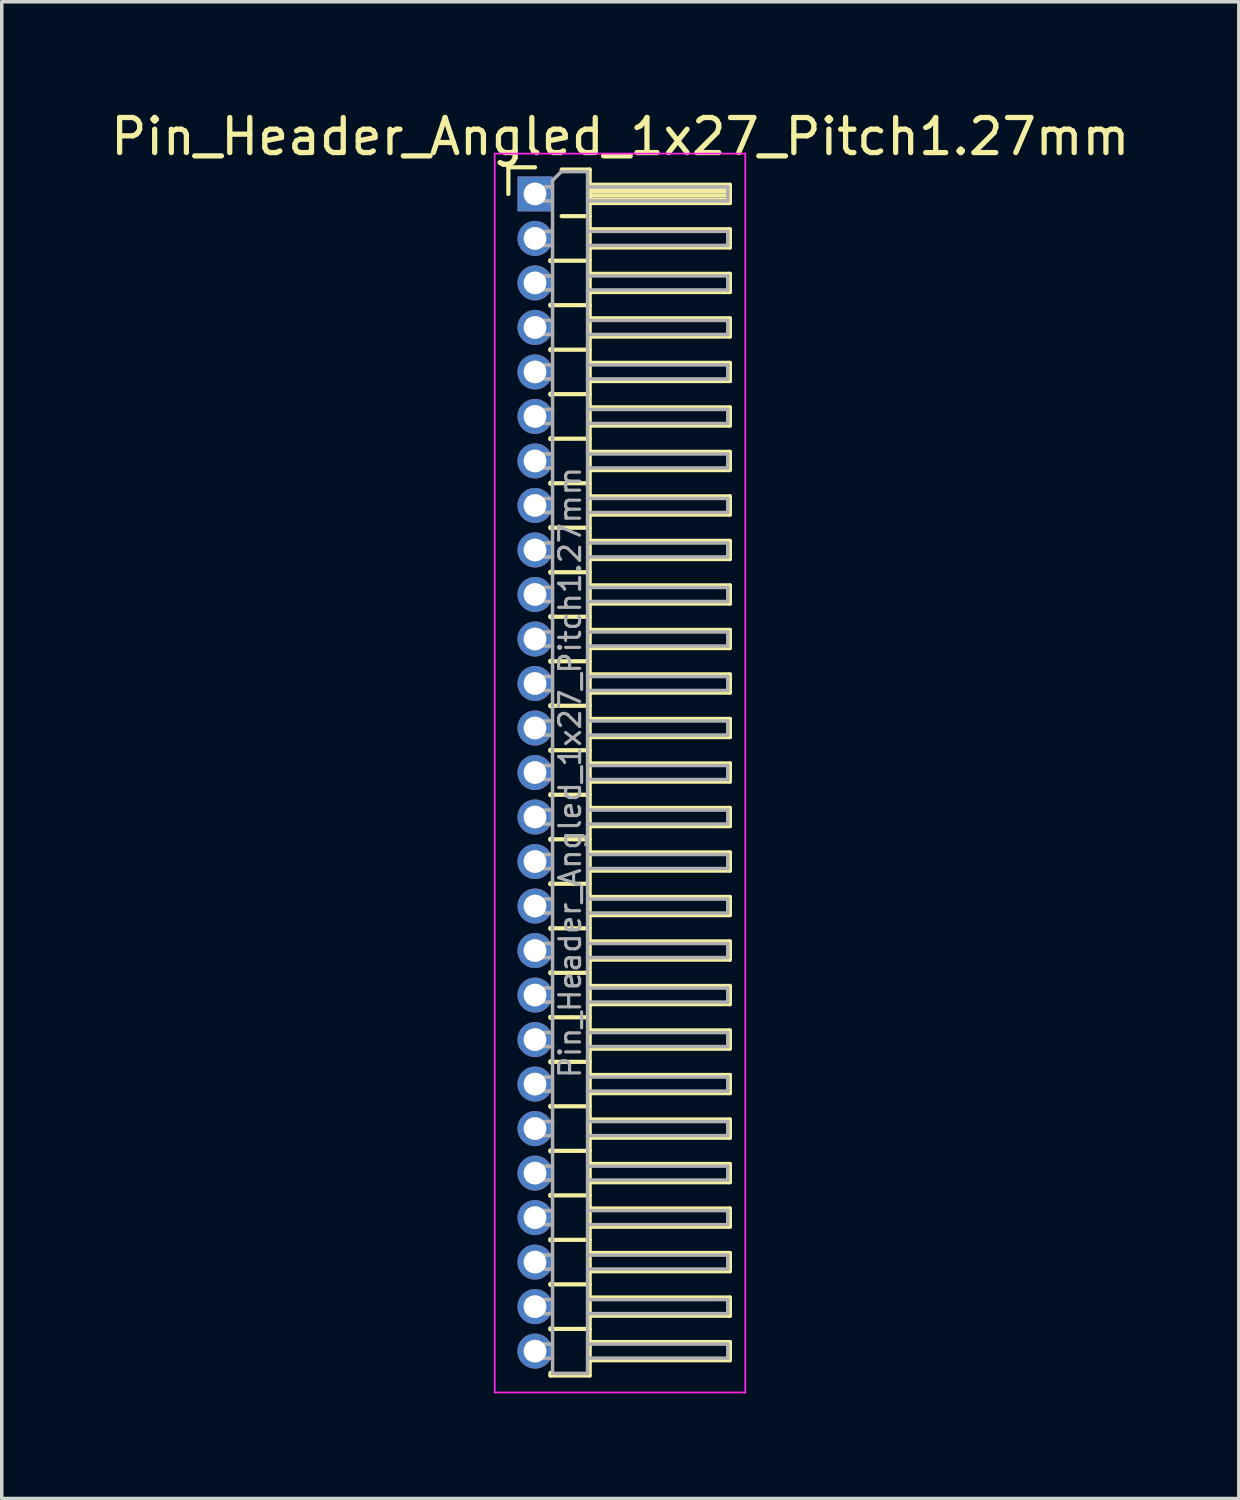
<source format=kicad_pcb>
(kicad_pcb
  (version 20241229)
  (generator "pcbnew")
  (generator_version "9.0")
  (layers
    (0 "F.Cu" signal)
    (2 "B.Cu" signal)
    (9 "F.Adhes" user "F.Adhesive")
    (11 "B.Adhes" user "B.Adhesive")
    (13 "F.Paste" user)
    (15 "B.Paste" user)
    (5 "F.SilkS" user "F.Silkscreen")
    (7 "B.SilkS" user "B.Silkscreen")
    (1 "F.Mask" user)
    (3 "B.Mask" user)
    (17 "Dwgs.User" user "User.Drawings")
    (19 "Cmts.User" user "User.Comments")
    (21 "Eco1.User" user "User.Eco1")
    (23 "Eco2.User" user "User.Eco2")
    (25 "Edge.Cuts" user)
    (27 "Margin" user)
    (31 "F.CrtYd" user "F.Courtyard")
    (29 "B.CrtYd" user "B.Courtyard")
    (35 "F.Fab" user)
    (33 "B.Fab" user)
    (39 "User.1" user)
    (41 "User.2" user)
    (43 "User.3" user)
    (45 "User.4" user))
  (footprint "Pin_Header_Angled_1x27_Pitch1.27mm"
    (layer "F.Cu")
    (at 12.216 2.483)
    (property "Reference" "Pin_Header_Angled_1x27_Pitch1.27mm" (at 2.433 -1.635 0) (layer "F.SilkS") (effects (font (size 1 1) (thickness 0.15))))
    (attr through_hole)
    (fp_line (start -0.76 -0.76) (end 0 -0.76) (stroke (width 0.12) (type solid)) (layer "F.SilkS"))
    (fp_line (start -0.76 0) (end -0.76 -0.76) (stroke (width 0.12) (type solid)) (layer "F.SilkS"))
    (fp_line (start 0.44 1.89) (end 0.44 1.92) (stroke (width 0.12) (type solid)) (layer "F.SilkS"))
    (fp_line (start 0.44 1.905) (end 1.56 1.905) (stroke (width 0.12) (type solid)) (layer "F.SilkS"))
    (fp_line (start 0.44 3.16) (end 0.44 3.19) (stroke (width 0.12) (type solid)) (layer "F.SilkS"))
    (fp_line (start 0.44 3.175) (end 1.56 3.175) (stroke (width 0.12) (type solid)) (layer "F.SilkS"))
    (fp_line (start 0.44 4.43) (end 0.44 4.46) (stroke (width 0.12) (type solid)) (layer "F.SilkS"))
    (fp_line (start 0.44 4.445) (end 1.56 4.445) (stroke (width 0.12) (type solid)) (layer "F.SilkS"))
    (fp_line (start 0.44 5.7) (end 0.44 5.73) (stroke (width 0.12) (type solid)) (layer "F.SilkS"))
    (fp_line (start 0.44 5.715) (end 1.56 5.715) (stroke (width 0.12) (type solid)) (layer "F.SilkS"))
    (fp_line (start 0.44 6.97) (end 0.44 7) (stroke (width 0.12) (type solid)) (layer "F.SilkS"))
    (fp_line (start 0.44 6.985) (end 1.56 6.985) (stroke (width 0.12) (type solid)) (layer "F.SilkS"))
    (fp_line (start 0.44 8.24) (end 0.44 8.27) (stroke (width 0.12) (type solid)) (layer "F.SilkS"))
    (fp_line (start 0.44 8.255) (end 1.56 8.255) (stroke (width 0.12) (type solid)) (layer "F.SilkS"))
    (fp_line (start 0.44 9.51) (end 0.44 9.54) (stroke (width 0.12) (type solid)) (layer "F.SilkS"))
    (fp_line (start 0.44 9.525) (end 1.56 9.525) (stroke (width 0.12) (type solid)) (layer "F.SilkS"))
    (fp_line (start 0.44 10.78) (end 0.44 10.81) (stroke (width 0.12) (type solid)) (layer "F.SilkS"))
    (fp_line (start 0.44 10.795) (end 1.56 10.795) (stroke (width 0.12) (type solid)) (layer "F.SilkS"))
    (fp_line (start 0.44 12.05) (end 0.44 12.08) (stroke (width 0.12) (type solid)) (layer "F.SilkS"))
    (fp_line (start 0.44 12.065) (end 1.56 12.065) (stroke (width 0.12) (type solid)) (layer "F.SilkS"))
    (fp_line (start 0.44 13.32) (end 0.44 13.35) (stroke (width 0.12) (type solid)) (layer "F.SilkS"))
    (fp_line (start 0.44 13.335) (end 1.56 13.335) (stroke (width 0.12) (type solid)) (layer "F.SilkS"))
    (fp_line (start 0.44 14.59) (end 0.44 14.62) (stroke (width 0.12) (type solid)) (layer "F.SilkS"))
    (fp_line (start 0.44 14.605) (end 1.56 14.605) (stroke (width 0.12) (type solid)) (layer "F.SilkS"))
    (fp_line (start 0.44 15.86) (end 0.44 15.89) (stroke (width 0.12) (type solid)) (layer "F.SilkS"))
    (fp_line (start 0.44 15.875) (end 1.56 15.875) (stroke (width 0.12) (type solid)) (layer "F.SilkS"))
    (fp_line (start 0.44 17.13) (end 0.44 17.16) (stroke (width 0.12) (type solid)) (layer "F.SilkS"))
    (fp_line (start 0.44 17.145) (end 1.56 17.145) (stroke (width 0.12) (type solid)) (layer "F.SilkS"))
    (fp_line (start 0.44 18.4) (end 0.44 18.43) (stroke (width 0.12) (type solid)) (layer "F.SilkS"))
    (fp_line (start 0.44 18.415) (end 1.56 18.415) (stroke (width 0.12) (type solid)) (layer "F.SilkS"))
    (fp_line (start 0.44 19.67) (end 0.44 19.7) (stroke (width 0.12) (type solid)) (layer "F.SilkS"))
    (fp_line (start 0.44 19.685) (end 1.56 19.685) (stroke (width 0.12) (type solid)) (layer "F.SilkS"))
    (fp_line (start 0.44 20.94) (end 0.44 20.97) (stroke (width 0.12) (type solid)) (layer "F.SilkS"))
    (fp_line (start 0.44 20.955) (end 1.56 20.955) (stroke (width 0.12) (type solid)) (layer "F.SilkS"))
    (fp_line (start 0.44 22.21) (end 0.44 22.24) (stroke (width 0.12) (type solid)) (layer "F.SilkS"))
    (fp_line (start 0.44 22.225) (end 1.56 22.225) (stroke (width 0.12) (type solid)) (layer "F.SilkS"))
    (fp_line (start 0.44 23.48) (end 0.44 23.51) (stroke (width 0.12) (type solid)) (layer "F.SilkS"))
    (fp_line (start 0.44 23.495) (end 1.56 23.495) (stroke (width 0.12) (type solid)) (layer "F.SilkS"))
    (fp_line (start 0.44 24.75) (end 0.44 24.78) (stroke (width 0.12) (type solid)) (layer "F.SilkS"))
    (fp_line (start 0.44 24.765) (end 1.56 24.765) (stroke (width 0.12) (type solid)) (layer "F.SilkS"))
    (fp_line (start 0.44 26.02) (end 0.44 26.05) (stroke (width 0.12) (type solid)) (layer "F.SilkS"))
    (fp_line (start 0.44 26.035) (end 1.56 26.035) (stroke (width 0.12) (type solid)) (layer "F.SilkS"))
    (fp_line (start 0.44 27.29) (end 0.44 27.32) (stroke (width 0.12) (type solid)) (layer "F.SilkS"))
    (fp_line (start 0.44 27.305) (end 1.56 27.305) (stroke (width 0.12) (type solid)) (layer "F.SilkS"))
    (fp_line (start 0.44 28.56) (end 0.44 28.59) (stroke (width 0.12) (type solid)) (layer "F.SilkS"))
    (fp_line (start 0.44 28.575) (end 1.56 28.575) (stroke (width 0.12) (type solid)) (layer "F.SilkS"))
    (fp_line (start 0.44 29.83) (end 0.44 29.86) (stroke (width 0.12) (type solid)) (layer "F.SilkS"))
    (fp_line (start 0.44 29.845) (end 1.56 29.845) (stroke (width 0.12) (type solid)) (layer "F.SilkS"))
    (fp_line (start 0.44 31.1) (end 0.44 31.13) (stroke (width 0.12) (type solid)) (layer "F.SilkS"))
    (fp_line (start 0.44 31.115) (end 1.56 31.115) (stroke (width 0.12) (type solid)) (layer "F.SilkS"))
    (fp_line (start 0.44 32.37) (end 0.44 32.4) (stroke (width 0.12) (type solid)) (layer "F.SilkS"))
    (fp_line (start 0.44 32.385) (end 1.56 32.385) (stroke (width 0.12) (type solid)) (layer "F.SilkS"))
    (fp_line (start 0.44 33.715) (end 0.44 33.64) (stroke (width 0.12) (type solid)) (layer "F.SilkS"))
    (fp_line (start 0.76 -0.695) (end 1.56 -0.695) (stroke (width 0.12) (type solid)) (layer "F.SilkS"))
    (fp_line (start 0.76 0.635) (end 1.56 0.635) (stroke (width 0.12) (type solid)) (layer "F.SilkS"))
    (fp_line (start 1.56 -0.695) (end 1.56 33.715) (stroke (width 0.12) (type solid)) (layer "F.SilkS"))
    (fp_line (start 1.56 -0.26) (end 5.56 -0.26) (stroke (width 0.12) (type solid)) (layer "F.SilkS"))
    (fp_line (start 1.56 -0.2) (end 5.56 -0.2) (stroke (width 0.12) (type solid)) (layer "F.SilkS"))
    (fp_line (start 1.56 -0.08) (end 5.56 -0.08) (stroke (width 0.12) (type solid)) (layer "F.SilkS"))
    (fp_line (start 1.56 0.04) (end 5.56 0.04) (stroke (width 0.12) (type solid)) (layer "F.SilkS"))
    (fp_line (start 1.56 0.16) (end 5.56 0.16) (stroke (width 0.12) (type solid)) (layer "F.SilkS"))
    (fp_line (start 1.56 1.01) (end 5.56 1.01) (stroke (width 0.12) (type solid)) (layer "F.SilkS"))
    (fp_line (start 1.56 2.28) (end 5.56 2.28) (stroke (width 0.12) (type solid)) (layer "F.SilkS"))
    (fp_line (start 1.56 3.55) (end 5.56 3.55) (stroke (width 0.12) (type solid)) (layer "F.SilkS"))
    (fp_line (start 1.56 4.82) (end 5.56 4.82) (stroke (width 0.12) (type solid)) (layer "F.SilkS"))
    (fp_line (start 1.56 6.09) (end 5.56 6.09) (stroke (width 0.12) (type solid)) (layer "F.SilkS"))
    (fp_line (start 1.56 7.36) (end 5.56 7.36) (stroke (width 0.12) (type solid)) (layer "F.SilkS"))
    (fp_line (start 1.56 8.63) (end 5.56 8.63) (stroke (width 0.12) (type solid)) (layer "F.SilkS"))
    (fp_line (start 1.56 9.9) (end 5.56 9.9) (stroke (width 0.12) (type solid)) (layer "F.SilkS"))
    (fp_line (start 1.56 11.17) (end 5.56 11.17) (stroke (width 0.12) (type solid)) (layer "F.SilkS"))
    (fp_line (start 1.56 12.44) (end 5.56 12.44) (stroke (width 0.12) (type solid)) (layer "F.SilkS"))
    (fp_line (start 1.56 13.71) (end 5.56 13.71) (stroke (width 0.12) (type solid)) (layer "F.SilkS"))
    (fp_line (start 1.56 14.98) (end 5.56 14.98) (stroke (width 0.12) (type solid)) (layer "F.SilkS"))
    (fp_line (start 1.56 16.25) (end 5.56 16.25) (stroke (width 0.12) (type solid)) (layer "F.SilkS"))
    (fp_line (start 1.56 17.52) (end 5.56 17.52) (stroke (width 0.12) (type solid)) (layer "F.SilkS"))
    (fp_line (start 1.56 18.79) (end 5.56 18.79) (stroke (width 0.12) (type solid)) (layer "F.SilkS"))
    (fp_line (start 1.56 20.06) (end 5.56 20.06) (stroke (width 0.12) (type solid)) (layer "F.SilkS"))
    (fp_line (start 1.56 21.33) (end 5.56 21.33) (stroke (width 0.12) (type solid)) (layer "F.SilkS"))
    (fp_line (start 1.56 22.6) (end 5.56 22.6) (stroke (width 0.12) (type solid)) (layer "F.SilkS"))
    (fp_line (start 1.56 23.87) (end 5.56 23.87) (stroke (width 0.12) (type solid)) (layer "F.SilkS"))
    (fp_line (start 1.56 25.14) (end 5.56 25.14) (stroke (width 0.12) (type solid)) (layer "F.SilkS"))
    (fp_line (start 1.56 26.41) (end 5.56 26.41) (stroke (width 0.12) (type solid)) (layer "F.SilkS"))
    (fp_line (start 1.56 27.68) (end 5.56 27.68) (stroke (width 0.12) (type solid)) (layer "F.SilkS"))
    (fp_line (start 1.56 28.95) (end 5.56 28.95) (stroke (width 0.12) (type solid)) (layer "F.SilkS"))
    (fp_line (start 1.56 30.22) (end 5.56 30.22) (stroke (width 0.12) (type solid)) (layer "F.SilkS"))
    (fp_line (start 1.56 31.49) (end 5.56 31.49) (stroke (width 0.12) (type solid)) (layer "F.SilkS"))
    (fp_line (start 1.56 32.76) (end 5.56 32.76) (stroke (width 0.12) (type solid)) (layer "F.SilkS"))
    (fp_line (start 1.56 33.715) (end 0.44 33.715) (stroke (width 0.12) (type solid)) (layer "F.SilkS"))
    (fp_line (start 5.56 -0.26) (end 5.56 0.26) (stroke (width 0.12) (type solid)) (layer "F.SilkS"))
    (fp_line (start 5.56 0.26) (end 1.56 0.26) (stroke (width 0.12) (type solid)) (layer "F.SilkS"))
    (fp_line (start 5.56 1.01) (end 5.56 1.53) (stroke (width 0.12) (type solid)) (layer "F.SilkS"))
    (fp_line (start 5.56 1.53) (end 1.56 1.53) (stroke (width 0.12) (type solid)) (layer "F.SilkS"))
    (fp_line (start 5.56 2.28) (end 5.56 2.8) (stroke (width 0.12) (type solid)) (layer "F.SilkS"))
    (fp_line (start 5.56 2.8) (end 1.56 2.8) (stroke (width 0.12) (type solid)) (layer "F.SilkS"))
    (fp_line (start 5.56 3.55) (end 5.56 4.07) (stroke (width 0.12) (type solid)) (layer "F.SilkS"))
    (fp_line (start 5.56 4.07) (end 1.56 4.07) (stroke (width 0.12) (type solid)) (layer "F.SilkS"))
    (fp_line (start 5.56 4.82) (end 5.56 5.34) (stroke (width 0.12) (type solid)) (layer "F.SilkS"))
    (fp_line (start 5.56 5.34) (end 1.56 5.34) (stroke (width 0.12) (type solid)) (layer "F.SilkS"))
    (fp_line (start 5.56 6.09) (end 5.56 6.61) (stroke (width 0.12) (type solid)) (layer "F.SilkS"))
    (fp_line (start 5.56 6.61) (end 1.56 6.61) (stroke (width 0.12) (type solid)) (layer "F.SilkS"))
    (fp_line (start 5.56 7.36) (end 5.56 7.88) (stroke (width 0.12) (type solid)) (layer "F.SilkS"))
    (fp_line (start 5.56 7.88) (end 1.56 7.88) (stroke (width 0.12) (type solid)) (layer "F.SilkS"))
    (fp_line (start 5.56 8.63) (end 5.56 9.15) (stroke (width 0.12) (type solid)) (layer "F.SilkS"))
    (fp_line (start 5.56 9.15) (end 1.56 9.15) (stroke (width 0.12) (type solid)) (layer "F.SilkS"))
    (fp_line (start 5.56 9.9) (end 5.56 10.42) (stroke (width 0.12) (type solid)) (layer "F.SilkS"))
    (fp_line (start 5.56 10.42) (end 1.56 10.42) (stroke (width 0.12) (type solid)) (layer "F.SilkS"))
    (fp_line (start 5.56 11.17) (end 5.56 11.69) (stroke (width 0.12) (type solid)) (layer "F.SilkS"))
    (fp_line (start 5.56 11.69) (end 1.56 11.69) (stroke (width 0.12) (type solid)) (layer "F.SilkS"))
    (fp_line (start 5.56 12.44) (end 5.56 12.96) (stroke (width 0.12) (type solid)) (layer "F.SilkS"))
    (fp_line (start 5.56 12.96) (end 1.56 12.96) (stroke (width 0.12) (type solid)) (layer "F.SilkS"))
    (fp_line (start 5.56 13.71) (end 5.56 14.23) (stroke (width 0.12) (type solid)) (layer "F.SilkS"))
    (fp_line (start 5.56 14.23) (end 1.56 14.23) (stroke (width 0.12) (type solid)) (layer "F.SilkS"))
    (fp_line (start 5.56 14.98) (end 5.56 15.5) (stroke (width 0.12) (type solid)) (layer "F.SilkS"))
    (fp_line (start 5.56 15.5) (end 1.56 15.5) (stroke (width 0.12) (type solid)) (layer "F.SilkS"))
    (fp_line (start 5.56 16.25) (end 5.56 16.77) (stroke (width 0.12) (type solid)) (layer "F.SilkS"))
    (fp_line (start 5.56 16.77) (end 1.56 16.77) (stroke (width 0.12) (type solid)) (layer "F.SilkS"))
    (fp_line (start 5.56 17.52) (end 5.56 18.04) (stroke (width 0.12) (type solid)) (layer "F.SilkS"))
    (fp_line (start 5.56 18.04) (end 1.56 18.04) (stroke (width 0.12) (type solid)) (layer "F.SilkS"))
    (fp_line (start 5.56 18.79) (end 5.56 19.31) (stroke (width 0.12) (type solid)) (layer "F.SilkS"))
    (fp_line (start 5.56 19.31) (end 1.56 19.31) (stroke (width 0.12) (type solid)) (layer "F.SilkS"))
    (fp_line (start 5.56 20.06) (end 5.56 20.58) (stroke (width 0.12) (type solid)) (layer "F.SilkS"))
    (fp_line (start 5.56 20.58) (end 1.56 20.58) (stroke (width 0.12) (type solid)) (layer "F.SilkS"))
    (fp_line (start 5.56 21.33) (end 5.56 21.85) (stroke (width 0.12) (type solid)) (layer "F.SilkS"))
    (fp_line (start 5.56 21.85) (end 1.56 21.85) (stroke (width 0.12) (type solid)) (layer "F.SilkS"))
    (fp_line (start 5.56 22.6) (end 5.56 23.12) (stroke (width 0.12) (type solid)) (layer "F.SilkS"))
    (fp_line (start 5.56 23.12) (end 1.56 23.12) (stroke (width 0.12) (type solid)) (layer "F.SilkS"))
    (fp_line (start 5.56 23.87) (end 5.56 24.39) (stroke (width 0.12) (type solid)) (layer "F.SilkS"))
    (fp_line (start 5.56 24.39) (end 1.56 24.39) (stroke (width 0.12) (type solid)) (layer "F.SilkS"))
    (fp_line (start 5.56 25.14) (end 5.56 25.66) (stroke (width 0.12) (type solid)) (layer "F.SilkS"))
    (fp_line (start 5.56 25.66) (end 1.56 25.66) (stroke (width 0.12) (type solid)) (layer "F.SilkS"))
    (fp_line (start 5.56 26.41) (end 5.56 26.93) (stroke (width 0.12) (type solid)) (layer "F.SilkS"))
    (fp_line (start 5.56 26.93) (end 1.56 26.93) (stroke (width 0.12) (type solid)) (layer "F.SilkS"))
    (fp_line (start 5.56 27.68) (end 5.56 28.2) (stroke (width 0.12) (type solid)) (layer "F.SilkS"))
    (fp_line (start 5.56 28.2) (end 1.56 28.2) (stroke (width 0.12) (type solid)) (layer "F.SilkS"))
    (fp_line (start 5.56 28.95) (end 5.56 29.47) (stroke (width 0.12) (type solid)) (layer "F.SilkS"))
    (fp_line (start 5.56 29.47) (end 1.56 29.47) (stroke (width 0.12) (type solid)) (layer "F.SilkS"))
    (fp_line (start 5.56 30.22) (end 5.56 30.74) (stroke (width 0.12) (type solid)) (layer "F.SilkS"))
    (fp_line (start 5.56 30.74) (end 1.56 30.74) (stroke (width 0.12) (type solid)) (layer "F.SilkS"))
    (fp_line (start 5.56 31.49) (end 5.56 32.01) (stroke (width 0.12) (type solid)) (layer "F.SilkS"))
    (fp_line (start 5.56 32.01) (end 1.56 32.01) (stroke (width 0.12) (type solid)) (layer "F.SilkS"))
    (fp_line (start 5.56 32.76) (end 5.56 33.28) (stroke (width 0.12) (type solid)) (layer "F.SilkS"))
    (fp_line (start 5.56 33.28) (end 1.56 33.28) (stroke (width 0.12) (type solid)) (layer "F.SilkS"))
    (fp_line (start -1.15 -1.15) (end -1.15 34.2) (stroke (width 0.05) (type solid)) (layer "F.CrtYd"))
    (fp_line (start -1.15 34.2) (end 6 34.2) (stroke (width 0.05) (type solid)) (layer "F.CrtYd"))
    (fp_line (start 6 -1.15) (end -1.15 -1.15) (stroke (width 0.05) (type solid)) (layer "F.CrtYd"))
    (fp_line (start 6 34.2) (end 6 -1.15) (stroke (width 0.05) (type solid)) (layer "F.CrtYd"))
    (fp_line (start -0.2 -0.2) (end -0.2 0.2) (stroke (width 0.1) (type solid)) (layer "F.Fab"))
    (fp_line (start -0.2 -0.2) (end 0.5 -0.2) (stroke (width 0.1) (type solid)) (layer "F.Fab"))
    (fp_line (start -0.2 0.2) (end 0.5 0.2) (stroke (width 0.1) (type solid)) (layer "F.Fab"))
    (fp_line (start -0.2 1.07) (end -0.2 1.47) (stroke (width 0.1) (type solid)) (layer "F.Fab"))
    (fp_line (start -0.2 1.07) (end 0.5 1.07) (stroke (width 0.1) (type solid)) (layer "F.Fab"))
    (fp_line (start -0.2 1.47) (end 0.5 1.47) (stroke (width 0.1) (type solid)) (layer "F.Fab"))
    (fp_line (start -0.2 2.34) (end -0.2 2.74) (stroke (width 0.1) (type solid)) (layer "F.Fab"))
    (fp_line (start -0.2 2.34) (end 0.5 2.34) (stroke (width 0.1) (type solid)) (layer "F.Fab"))
    (fp_line (start -0.2 2.74) (end 0.5 2.74) (stroke (width 0.1) (type solid)) (layer "F.Fab"))
    (fp_line (start -0.2 3.61) (end -0.2 4.01) (stroke (width 0.1) (type solid)) (layer "F.Fab"))
    (fp_line (start -0.2 3.61) (end 0.5 3.61) (stroke (width 0.1) (type solid)) (layer "F.Fab"))
    (fp_line (start -0.2 4.01) (end 0.5 4.01) (stroke (width 0.1) (type solid)) (layer "F.Fab"))
    (fp_line (start -0.2 4.88) (end -0.2 5.28) (stroke (width 0.1) (type solid)) (layer "F.Fab"))
    (fp_line (start -0.2 4.88) (end 0.5 4.88) (stroke (width 0.1) (type solid)) (layer "F.Fab"))
    (fp_line (start -0.2 5.28) (end 0.5 5.28) (stroke (width 0.1) (type solid)) (layer "F.Fab"))
    (fp_line (start -0.2 6.15) (end -0.2 6.55) (stroke (width 0.1) (type solid)) (layer "F.Fab"))
    (fp_line (start -0.2 6.15) (end 0.5 6.15) (stroke (width 0.1) (type solid)) (layer "F.Fab"))
    (fp_line (start -0.2 6.55) (end 0.5 6.55) (stroke (width 0.1) (type solid)) (layer "F.Fab"))
    (fp_line (start -0.2 7.42) (end -0.2 7.82) (stroke (width 0.1) (type solid)) (layer "F.Fab"))
    (fp_line (start -0.2 7.42) (end 0.5 7.42) (stroke (width 0.1) (type solid)) (layer "F.Fab"))
    (fp_line (start -0.2 7.82) (end 0.5 7.82) (stroke (width 0.1) (type solid)) (layer "F.Fab"))
    (fp_line (start -0.2 8.69) (end -0.2 9.09) (stroke (width 0.1) (type solid)) (layer "F.Fab"))
    (fp_line (start -0.2 8.69) (end 0.5 8.69) (stroke (width 0.1) (type solid)) (layer "F.Fab"))
    (fp_line (start -0.2 9.09) (end 0.5 9.09) (stroke (width 0.1) (type solid)) (layer "F.Fab"))
    (fp_line (start -0.2 9.96) (end -0.2 10.36) (stroke (width 0.1) (type solid)) (layer "F.Fab"))
    (fp_line (start -0.2 9.96) (end 0.5 9.96) (stroke (width 0.1) (type solid)) (layer "F.Fab"))
    (fp_line (start -0.2 10.36) (end 0.5 10.36) (stroke (width 0.1) (type solid)) (layer "F.Fab"))
    (fp_line (start -0.2 11.23) (end -0.2 11.63) (stroke (width 0.1) (type solid)) (layer "F.Fab"))
    (fp_line (start -0.2 11.23) (end 0.5 11.23) (stroke (width 0.1) (type solid)) (layer "F.Fab"))
    (fp_line (start -0.2 11.63) (end 0.5 11.63) (stroke (width 0.1) (type solid)) (layer "F.Fab"))
    (fp_line (start -0.2 12.5) (end -0.2 12.9) (stroke (width 0.1) (type solid)) (layer "F.Fab"))
    (fp_line (start -0.2 12.5) (end 0.5 12.5) (stroke (width 0.1) (type solid)) (layer "F.Fab"))
    (fp_line (start -0.2 12.9) (end 0.5 12.9) (stroke (width 0.1) (type solid)) (layer "F.Fab"))
    (fp_line (start -0.2 13.77) (end -0.2 14.17) (stroke (width 0.1) (type solid)) (layer "F.Fab"))
    (fp_line (start -0.2 13.77) (end 0.5 13.77) (stroke (width 0.1) (type solid)) (layer "F.Fab"))
    (fp_line (start -0.2 14.17) (end 0.5 14.17) (stroke (width 0.1) (type solid)) (layer "F.Fab"))
    (fp_line (start -0.2 15.04) (end -0.2 15.44) (stroke (width 0.1) (type solid)) (layer "F.Fab"))
    (fp_line (start -0.2 15.04) (end 0.5 15.04) (stroke (width 0.1) (type solid)) (layer "F.Fab"))
    (fp_line (start -0.2 15.44) (end 0.5 15.44) (stroke (width 0.1) (type solid)) (layer "F.Fab"))
    (fp_line (start -0.2 16.31) (end -0.2 16.71) (stroke (width 0.1) (type solid)) (layer "F.Fab"))
    (fp_line (start -0.2 16.31) (end 0.5 16.31) (stroke (width 0.1) (type solid)) (layer "F.Fab"))
    (fp_line (start -0.2 16.71) (end 0.5 16.71) (stroke (width 0.1) (type solid)) (layer "F.Fab"))
    (fp_line (start -0.2 17.58) (end -0.2 17.98) (stroke (width 0.1) (type solid)) (layer "F.Fab"))
    (fp_line (start -0.2 17.58) (end 0.5 17.58) (stroke (width 0.1) (type solid)) (layer "F.Fab"))
    (fp_line (start -0.2 17.98) (end 0.5 17.98) (stroke (width 0.1) (type solid)) (layer "F.Fab"))
    (fp_line (start -0.2 18.85) (end -0.2 19.25) (stroke (width 0.1) (type solid)) (layer "F.Fab"))
    (fp_line (start -0.2 18.85) (end 0.5 18.85) (stroke (width 0.1) (type solid)) (layer "F.Fab"))
    (fp_line (start -0.2 19.25) (end 0.5 19.25) (stroke (width 0.1) (type solid)) (layer "F.Fab"))
    (fp_line (start -0.2 20.12) (end -0.2 20.52) (stroke (width 0.1) (type solid)) (layer "F.Fab"))
    (fp_line (start -0.2 20.12) (end 0.5 20.12) (stroke (width 0.1) (type solid)) (layer "F.Fab"))
    (fp_line (start -0.2 20.52) (end 0.5 20.52) (stroke (width 0.1) (type solid)) (layer "F.Fab"))
    (fp_line (start -0.2 21.39) (end -0.2 21.79) (stroke (width 0.1) (type solid)) (layer "F.Fab"))
    (fp_line (start -0.2 21.39) (end 0.5 21.39) (stroke (width 0.1) (type solid)) (layer "F.Fab"))
    (fp_line (start -0.2 21.79) (end 0.5 21.79) (stroke (width 0.1) (type solid)) (layer "F.Fab"))
    (fp_line (start -0.2 22.66) (end -0.2 23.06) (stroke (width 0.1) (type solid)) (layer "F.Fab"))
    (fp_line (start -0.2 22.66) (end 0.5 22.66) (stroke (width 0.1) (type solid)) (layer "F.Fab"))
    (fp_line (start -0.2 23.06) (end 0.5 23.06) (stroke (width 0.1) (type solid)) (layer "F.Fab"))
    (fp_line (start -0.2 23.93) (end -0.2 24.33) (stroke (width 0.1) (type solid)) (layer "F.Fab"))
    (fp_line (start -0.2 23.93) (end 0.5 23.93) (stroke (width 0.1) (type solid)) (layer "F.Fab"))
    (fp_line (start -0.2 24.33) (end 0.5 24.33) (stroke (width 0.1) (type solid)) (layer "F.Fab"))
    (fp_line (start -0.2 25.2) (end -0.2 25.6) (stroke (width 0.1) (type solid)) (layer "F.Fab"))
    (fp_line (start -0.2 25.2) (end 0.5 25.2) (stroke (width 0.1) (type solid)) (layer "F.Fab"))
    (fp_line (start -0.2 25.6) (end 0.5 25.6) (stroke (width 0.1) (type solid)) (layer "F.Fab"))
    (fp_line (start -0.2 26.47) (end -0.2 26.87) (stroke (width 0.1) (type solid)) (layer "F.Fab"))
    (fp_line (start -0.2 26.47) (end 0.5 26.47) (stroke (width 0.1) (type solid)) (layer "F.Fab"))
    (fp_line (start -0.2 26.87) (end 0.5 26.87) (stroke (width 0.1) (type solid)) (layer "F.Fab"))
    (fp_line (start -0.2 27.74) (end -0.2 28.14) (stroke (width 0.1) (type solid)) (layer "F.Fab"))
    (fp_line (start -0.2 27.74) (end 0.5 27.74) (stroke (width 0.1) (type solid)) (layer "F.Fab"))
    (fp_line (start -0.2 28.14) (end 0.5 28.14) (stroke (width 0.1) (type solid)) (layer "F.Fab"))
    (fp_line (start -0.2 29.01) (end -0.2 29.41) (stroke (width 0.1) (type solid)) (layer "F.Fab"))
    (fp_line (start -0.2 29.01) (end 0.5 29.01) (stroke (width 0.1) (type solid)) (layer "F.Fab"))
    (fp_line (start -0.2 29.41) (end 0.5 29.41) (stroke (width 0.1) (type solid)) (layer "F.Fab"))
    (fp_line (start -0.2 30.28) (end -0.2 30.68) (stroke (width 0.1) (type solid)) (layer "F.Fab"))
    (fp_line (start -0.2 30.28) (end 0.5 30.28) (stroke (width 0.1) (type solid)) (layer "F.Fab"))
    (fp_line (start -0.2 30.68) (end 0.5 30.68) (stroke (width 0.1) (type solid)) (layer "F.Fab"))
    (fp_line (start -0.2 31.55) (end -0.2 31.95) (stroke (width 0.1) (type solid)) (layer "F.Fab"))
    (fp_line (start -0.2 31.55) (end 0.5 31.55) (stroke (width 0.1) (type solid)) (layer "F.Fab"))
    (fp_line (start -0.2 31.95) (end 0.5 31.95) (stroke (width 0.1) (type solid)) (layer "F.Fab"))
    (fp_line (start -0.2 32.82) (end -0.2 33.22) (stroke (width 0.1) (type solid)) (layer "F.Fab"))
    (fp_line (start -0.2 32.82) (end 0.5 32.82) (stroke (width 0.1) (type solid)) (layer "F.Fab"))
    (fp_line (start -0.2 33.22) (end 0.5 33.22) (stroke (width 0.1) (type solid)) (layer "F.Fab"))
    (fp_line (start 0.5 -0.385) (end 0.75 -0.635) (stroke (width 0.1) (type solid)) (layer "F.Fab"))
    (fp_line (start 0.5 33.655) (end 0.5 -0.385) (stroke (width 0.1) (type solid)) (layer "F.Fab"))
    (fp_line (start 0.75 -0.635) (end 1.5 -0.635) (stroke (width 0.1) (type solid)) (layer "F.Fab"))
    (fp_line (start 1.5 -0.635) (end 1.5 33.655) (stroke (width 0.1) (type solid)) (layer "F.Fab"))
    (fp_line (start 1.5 -0.2) (end 5.5 -0.2) (stroke (width 0.1) (type solid)) (layer "F.Fab"))
    (fp_line (start 1.5 0.2) (end 5.5 0.2) (stroke (width 0.1) (type solid)) (layer "F.Fab"))
    (fp_line (start 1.5 1.07) (end 5.5 1.07) (stroke (width 0.1) (type solid)) (layer "F.Fab"))
    (fp_line (start 1.5 1.47) (end 5.5 1.47) (stroke (width 0.1) (type solid)) (layer "F.Fab"))
    (fp_line (start 1.5 2.34) (end 5.5 2.34) (stroke (width 0.1) (type solid)) (layer "F.Fab"))
    (fp_line (start 1.5 2.74) (end 5.5 2.74) (stroke (width 0.1) (type solid)) (layer "F.Fab"))
    (fp_line (start 1.5 3.61) (end 5.5 3.61) (stroke (width 0.1) (type solid)) (layer "F.Fab"))
    (fp_line (start 1.5 4.01) (end 5.5 4.01) (stroke (width 0.1) (type solid)) (layer "F.Fab"))
    (fp_line (start 1.5 4.88) (end 5.5 4.88) (stroke (width 0.1) (type solid)) (layer "F.Fab"))
    (fp_line (start 1.5 5.28) (end 5.5 5.28) (stroke (width 0.1) (type solid)) (layer "F.Fab"))
    (fp_line (start 1.5 6.15) (end 5.5 6.15) (stroke (width 0.1) (type solid)) (layer "F.Fab"))
    (fp_line (start 1.5 6.55) (end 5.5 6.55) (stroke (width 0.1) (type solid)) (layer "F.Fab"))
    (fp_line (start 1.5 7.42) (end 5.5 7.42) (stroke (width 0.1) (type solid)) (layer "F.Fab"))
    (fp_line (start 1.5 7.82) (end 5.5 7.82) (stroke (width 0.1) (type solid)) (layer "F.Fab"))
    (fp_line (start 1.5 8.69) (end 5.5 8.69) (stroke (width 0.1) (type solid)) (layer "F.Fab"))
    (fp_line (start 1.5 9.09) (end 5.5 9.09) (stroke (width 0.1) (type solid)) (layer "F.Fab"))
    (fp_line (start 1.5 9.96) (end 5.5 9.96) (stroke (width 0.1) (type solid)) (layer "F.Fab"))
    (fp_line (start 1.5 10.36) (end 5.5 10.36) (stroke (width 0.1) (type solid)) (layer "F.Fab"))
    (fp_line (start 1.5 11.23) (end 5.5 11.23) (stroke (width 0.1) (type solid)) (layer "F.Fab"))
    (fp_line (start 1.5 11.63) (end 5.5 11.63) (stroke (width 0.1) (type solid)) (layer "F.Fab"))
    (fp_line (start 1.5 12.5) (end 5.5 12.5) (stroke (width 0.1) (type solid)) (layer "F.Fab"))
    (fp_line (start 1.5 12.9) (end 5.5 12.9) (stroke (width 0.1) (type solid)) (layer "F.Fab"))
    (fp_line (start 1.5 13.77) (end 5.5 13.77) (stroke (width 0.1) (type solid)) (layer "F.Fab"))
    (fp_line (start 1.5 14.17) (end 5.5 14.17) (stroke (width 0.1) (type solid)) (layer "F.Fab"))
    (fp_line (start 1.5 15.04) (end 5.5 15.04) (stroke (width 0.1) (type solid)) (layer "F.Fab"))
    (fp_line (start 1.5 15.44) (end 5.5 15.44) (stroke (width 0.1) (type solid)) (layer "F.Fab"))
    (fp_line (start 1.5 16.31) (end 5.5 16.31) (stroke (width 0.1) (type solid)) (layer "F.Fab"))
    (fp_line (start 1.5 16.71) (end 5.5 16.71) (stroke (width 0.1) (type solid)) (layer "F.Fab"))
    (fp_line (start 1.5 17.58) (end 5.5 17.58) (stroke (width 0.1) (type solid)) (layer "F.Fab"))
    (fp_line (start 1.5 17.98) (end 5.5 17.98) (stroke (width 0.1) (type solid)) (layer "F.Fab"))
    (fp_line (start 1.5 18.85) (end 5.5 18.85) (stroke (width 0.1) (type solid)) (layer "F.Fab"))
    (fp_line (start 1.5 19.25) (end 5.5 19.25) (stroke (width 0.1) (type solid)) (layer "F.Fab"))
    (fp_line (start 1.5 20.12) (end 5.5 20.12) (stroke (width 0.1) (type solid)) (layer "F.Fab"))
    (fp_line (start 1.5 20.52) (end 5.5 20.52) (stroke (width 0.1) (type solid)) (layer "F.Fab"))
    (fp_line (start 1.5 21.39) (end 5.5 21.39) (stroke (width 0.1) (type solid)) (layer "F.Fab"))
    (fp_line (start 1.5 21.79) (end 5.5 21.79) (stroke (width 0.1) (type solid)) (layer "F.Fab"))
    (fp_line (start 1.5 22.66) (end 5.5 22.66) (stroke (width 0.1) (type solid)) (layer "F.Fab"))
    (fp_line (start 1.5 23.06) (end 5.5 23.06) (stroke (width 0.1) (type solid)) (layer "F.Fab"))
    (fp_line (start 1.5 23.93) (end 5.5 23.93) (stroke (width 0.1) (type solid)) (layer "F.Fab"))
    (fp_line (start 1.5 24.33) (end 5.5 24.33) (stroke (width 0.1) (type solid)) (layer "F.Fab"))
    (fp_line (start 1.5 25.2) (end 5.5 25.2) (stroke (width 0.1) (type solid)) (layer "F.Fab"))
    (fp_line (start 1.5 25.6) (end 5.5 25.6) (stroke (width 0.1) (type solid)) (layer "F.Fab"))
    (fp_line (start 1.5 26.47) (end 5.5 26.47) (stroke (width 0.1) (type solid)) (layer "F.Fab"))
    (fp_line (start 1.5 26.87) (end 5.5 26.87) (stroke (width 0.1) (type solid)) (layer "F.Fab"))
    (fp_line (start 1.5 27.74) (end 5.5 27.74) (stroke (width 0.1) (type solid)) (layer "F.Fab"))
    (fp_line (start 1.5 28.14) (end 5.5 28.14) (stroke (width 0.1) (type solid)) (layer "F.Fab"))
    (fp_line (start 1.5 29.01) (end 5.5 29.01) (stroke (width 0.1) (type solid)) (layer "F.Fab"))
    (fp_line (start 1.5 29.41) (end 5.5 29.41) (stroke (width 0.1) (type solid)) (layer "F.Fab"))
    (fp_line (start 1.5 30.28) (end 5.5 30.28) (stroke (width 0.1) (type solid)) (layer "F.Fab"))
    (fp_line (start 1.5 30.68) (end 5.5 30.68) (stroke (width 0.1) (type solid)) (layer "F.Fab"))
    (fp_line (start 1.5 31.55) (end 5.5 31.55) (stroke (width 0.1) (type solid)) (layer "F.Fab"))
    (fp_line (start 1.5 31.95) (end 5.5 31.95) (stroke (width 0.1) (type solid)) (layer "F.Fab"))
    (fp_line (start 1.5 32.82) (end 5.5 32.82) (stroke (width 0.1) (type solid)) (layer "F.Fab"))
    (fp_line (start 1.5 33.22) (end 5.5 33.22) (stroke (width 0.1) (type solid)) (layer "F.Fab"))
    (fp_line (start 1.5 33.655) (end 0.5 33.655) (stroke (width 0.1) (type solid)) (layer "F.Fab"))
    (fp_line (start 5.5 -0.2) (end 5.5 0.2) (stroke (width 0.1) (type solid)) (layer "F.Fab"))
    (fp_line (start 5.5 1.07) (end 5.5 1.47) (stroke (width 0.1) (type solid)) (layer "F.Fab"))
    (fp_line (start 5.5 2.34) (end 5.5 2.74) (stroke (width 0.1) (type solid)) (layer "F.Fab"))
    (fp_line (start 5.5 3.61) (end 5.5 4.01) (stroke (width 0.1) (type solid)) (layer "F.Fab"))
    (fp_line (start 5.5 4.88) (end 5.5 5.28) (stroke (width 0.1) (type solid)) (layer "F.Fab"))
    (fp_line (start 5.5 6.15) (end 5.5 6.55) (stroke (width 0.1) (type solid)) (layer "F.Fab"))
    (fp_line (start 5.5 7.42) (end 5.5 7.82) (stroke (width 0.1) (type solid)) (layer "F.Fab"))
    (fp_line (start 5.5 8.69) (end 5.5 9.09) (stroke (width 0.1) (type solid)) (layer "F.Fab"))
    (fp_line (start 5.5 9.96) (end 5.5 10.36) (stroke (width 0.1) (type solid)) (layer "F.Fab"))
    (fp_line (start 5.5 11.23) (end 5.5 11.63) (stroke (width 0.1) (type solid)) (layer "F.Fab"))
    (fp_line (start 5.5 12.5) (end 5.5 12.9) (stroke (width 0.1) (type solid)) (layer "F.Fab"))
    (fp_line (start 5.5 13.77) (end 5.5 14.17) (stroke (width 0.1) (type solid)) (layer "F.Fab"))
    (fp_line (start 5.5 15.04) (end 5.5 15.44) (stroke (width 0.1) (type solid)) (layer "F.Fab"))
    (fp_line (start 5.5 16.31) (end 5.5 16.71) (stroke (width 0.1) (type solid)) (layer "F.Fab"))
    (fp_line (start 5.5 17.58) (end 5.5 17.98) (stroke (width 0.1) (type solid)) (layer "F.Fab"))
    (fp_line (start 5.5 18.85) (end 5.5 19.25) (stroke (width 0.1) (type solid)) (layer "F.Fab"))
    (fp_line (start 5.5 20.12) (end 5.5 20.52) (stroke (width 0.1) (type solid)) (layer "F.Fab"))
    (fp_line (start 5.5 21.39) (end 5.5 21.79) (stroke (width 0.1) (type solid)) (layer "F.Fab"))
    (fp_line (start 5.5 22.66) (end 5.5 23.06) (stroke (width 0.1) (type solid)) (layer "F.Fab"))
    (fp_line (start 5.5 23.93) (end 5.5 24.33) (stroke (width 0.1) (type solid)) (layer "F.Fab"))
    (fp_line (start 5.5 25.2) (end 5.5 25.6) (stroke (width 0.1) (type solid)) (layer "F.Fab"))
    (fp_line (start 5.5 26.47) (end 5.5 26.87) (stroke (width 0.1) (type solid)) (layer "F.Fab"))
    (fp_line (start 5.5 27.74) (end 5.5 28.14) (stroke (width 0.1) (type solid)) (layer "F.Fab"))
    (fp_line (start 5.5 29.01) (end 5.5 29.41) (stroke (width 0.1) (type solid)) (layer "F.Fab"))
    (fp_line (start 5.5 30.28) (end 5.5 30.68) (stroke (width 0.1) (type solid)) (layer "F.Fab"))
    (fp_line (start 5.5 31.55) (end 5.5 31.95) (stroke (width 0.1) (type solid)) (layer "F.Fab"))
    (fp_line (start 5.5 32.82) (end 5.5 33.22) (stroke (width 0.1) (type solid)) (layer "F.Fab"))
    (fp_text user "${REFERENCE}" (at 1 16.51 90) (layer "F.Fab") (effects (font (size 0.6 0.6) (thickness 0.09))))
    (pad "1" thru_hole rect (at 0 0) (size 1 1) (drill 0.65) (layers "*.Cu" "*.Mask"))
    (pad "2" thru_hole oval (at 0 1.27) (size 1 1) (drill 0.65) (layers "*.Cu" "*.Mask"))
    (pad "3" thru_hole oval (at 0 2.54) (size 1 1) (drill 0.65) (layers "*.Cu" "*.Mask"))
    (pad "4" thru_hole oval (at 0 3.81) (size 1 1) (drill 0.65) (layers "*.Cu" "*.Mask"))
    (pad "5" thru_hole oval (at 0 5.08) (size 1 1) (drill 0.65) (layers "*.Cu" "*.Mask"))
    (pad "6" thru_hole oval (at 0 6.35) (size 1 1) (drill 0.65) (layers "*.Cu" "*.Mask"))
    (pad "7" thru_hole oval (at 0 7.62) (size 1 1) (drill 0.65) (layers "*.Cu" "*.Mask"))
    (pad "8" thru_hole oval (at 0 8.89) (size 1 1) (drill 0.65) (layers "*.Cu" "*.Mask"))
    (pad "9" thru_hole oval (at 0 10.16) (size 1 1) (drill 0.65) (layers "*.Cu" "*.Mask"))
    (pad "10" thru_hole oval (at 0 11.43) (size 1 1) (drill 0.65) (layers "*.Cu" "*.Mask"))
    (pad "11" thru_hole oval (at 0 12.7) (size 1 1) (drill 0.65) (layers "*.Cu" "*.Mask"))
    (pad "12" thru_hole oval (at 0 13.97) (size 1 1) (drill 0.65) (layers "*.Cu" "*.Mask"))
    (pad "13" thru_hole oval (at 0 15.24) (size 1 1) (drill 0.65) (layers "*.Cu" "*.Mask"))
    (pad "14" thru_hole oval (at 0 16.51) (size 1 1) (drill 0.65) (layers "*.Cu" "*.Mask"))
    (pad "15" thru_hole oval (at 0 17.78) (size 1 1) (drill 0.65) (layers "*.Cu" "*.Mask"))
    (pad "16" thru_hole oval (at 0 19.05) (size 1 1) (drill 0.65) (layers "*.Cu" "*.Mask"))
    (pad "17" thru_hole oval (at 0 20.32) (size 1 1) (drill 0.65) (layers "*.Cu" "*.Mask"))
    (pad "18" thru_hole oval (at 0 21.59) (size 1 1) (drill 0.65) (layers "*.Cu" "*.Mask"))
    (pad "19" thru_hole oval (at 0 22.86) (size 1 1) (drill 0.65) (layers "*.Cu" "*.Mask"))
    (pad "20" thru_hole oval (at 0 24.13) (size 1 1) (drill 0.65) (layers "*.Cu" "*.Mask"))
    (pad "21" thru_hole oval (at 0 25.4) (size 1 1) (drill 0.65) (layers "*.Cu" "*.Mask"))
    (pad "22" thru_hole oval (at 0 26.67) (size 1 1) (drill 0.65) (layers "*.Cu" "*.Mask"))
    (pad "23" thru_hole oval (at 0 27.94) (size 1 1) (drill 0.65) (layers "*.Cu" "*.Mask"))
    (pad "24" thru_hole oval (at 0 29.21) (size 1 1) (drill 0.65) (layers "*.Cu" "*.Mask"))
    (pad "25" thru_hole oval (at 0 30.48) (size 1 1) (drill 0.65) (layers "*.Cu" "*.Mask"))
    (pad "26" thru_hole oval (at 0 31.75) (size 1 1) (drill 0.65) (layers "*.Cu" "*.Mask"))
    (pad "27" thru_hole oval (at 0 33.02) (size 1 1) (drill 0.65) (layers "*.Cu" "*.Mask")))
  (gr_rect
    (start -3 -3)
    (end 32.298 39.708)
    (stroke (width 0.1) (type default))
    (fill no)
    (layer "Edge.Cuts")))
</source>
